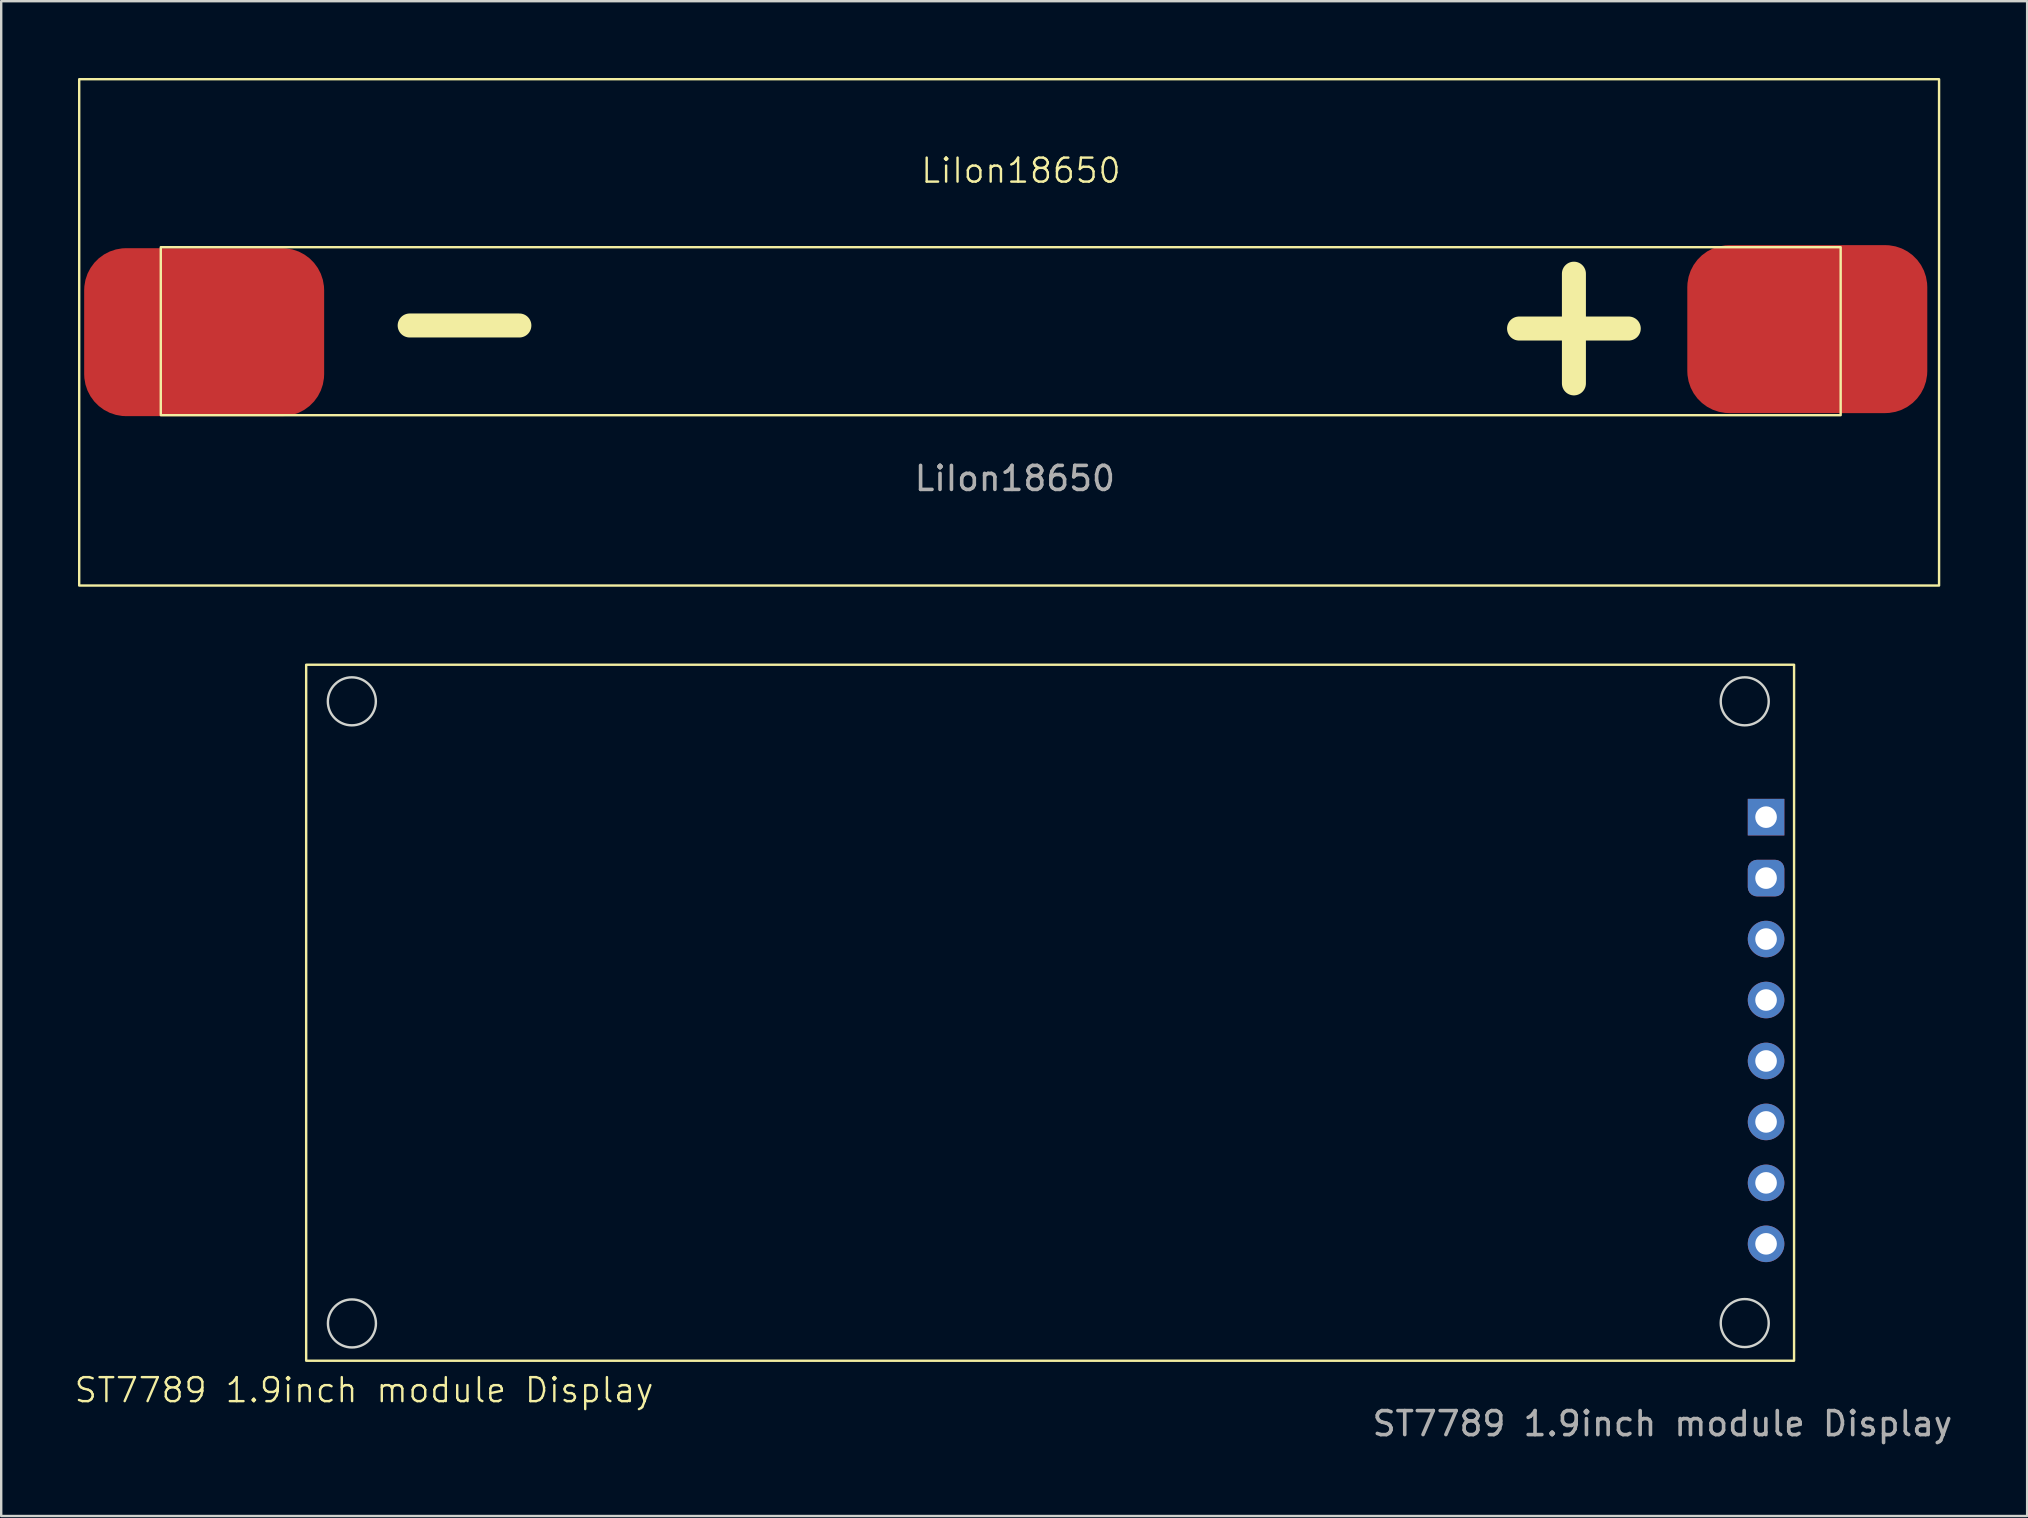
<source format=kicad_pcb>
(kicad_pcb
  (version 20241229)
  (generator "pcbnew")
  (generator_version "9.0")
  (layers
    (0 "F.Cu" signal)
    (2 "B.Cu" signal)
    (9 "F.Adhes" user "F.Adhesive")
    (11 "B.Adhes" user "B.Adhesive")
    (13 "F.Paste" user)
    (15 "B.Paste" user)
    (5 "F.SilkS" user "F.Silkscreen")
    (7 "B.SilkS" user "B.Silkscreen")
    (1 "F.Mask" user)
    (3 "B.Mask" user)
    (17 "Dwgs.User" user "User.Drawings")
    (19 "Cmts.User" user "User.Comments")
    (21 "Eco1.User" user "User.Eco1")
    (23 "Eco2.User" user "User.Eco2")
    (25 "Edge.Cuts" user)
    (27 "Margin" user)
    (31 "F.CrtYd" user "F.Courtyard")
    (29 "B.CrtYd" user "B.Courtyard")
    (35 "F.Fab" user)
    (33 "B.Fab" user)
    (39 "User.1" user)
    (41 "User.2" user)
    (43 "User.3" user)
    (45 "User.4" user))
  (footprint "ST7789 1.9inch module Display"
    (layer "F.Cu")
    (at 9.708 24.65)
    (property "Reference" "ST7789 1.9inch module Display" (at 2.413 30.226 0) (unlocked yes) (layer "F.SilkS") (effects (font (size 1 1) (thickness 0.1))))
    (attr through_hole)
    (fp_rect (start 0 0) (end 62 29) (stroke (width 0.1) (type default)) (fill no) (layer "F.SilkS"))
    (fp_circle (center 1.903 1.524) (end 2.903 1.524) (stroke (width 0.1) (type default)) (fill no) (layer "Edge.Cuts"))
    (fp_circle (center 1.907 27.447) (end 2.907 27.447) (stroke (width 0.1) (type default)) (fill no) (layer "Edge.Cuts"))
    (fp_circle (center 59.944 1.524) (end 60.944 1.524) (stroke (width 0.1) (type default)) (fill no) (layer "Edge.Cuts"))
    (fp_circle (center 59.944 27.432) (end 60.944 27.432) (stroke (width 0.1) (type default)) (fill no) (layer "Edge.Cuts"))
    (fp_text user "${REFERENCE}" (at 56.515 31.623 0) (unlocked yes) (layer "F.Fab") (effects (font (size 1 1) (thickness 0.15))))
    (pad "1" thru_hole rect (at 60.833 6.35) (size 1.524 1.524) (drill 0.9) (layers "*.Cu" "*.Mask"))
    (pad "2" thru_hole roundrect (at 60.833 8.89) (size 1.524 1.524) (drill 0.9) (layers "*.Cu" "*.Mask") (roundrect_rratio 0.25))
    (pad "3" thru_hole circle (at 60.833 11.43) (size 1.524 1.524) (drill 0.9) (layers "*.Cu" "*.Mask"))
    (pad "4" thru_hole circle (at 60.833 13.97) (size 1.524 1.524) (drill 0.9) (layers "*.Cu" "*.Mask"))
    (pad "5" thru_hole circle (at 60.833 16.51) (size 1.524 1.524) (drill 0.9) (layers "*.Cu" "*.Mask"))
    (pad "6" thru_hole circle (at 60.833 19.05) (size 1.524 1.524) (drill 0.9) (layers "*.Cu" "*.Mask"))
    (pad "7" thru_hole circle (at 60.833 21.59) (size 1.524 1.524) (drill 0.9) (layers "*.Cu" "*.Mask"))
    (pad "8" thru_hole circle (at 60.833 24.13) (size 1.524 1.524) (drill 0.9) (layers "*.Cu" "*.Mask")))
  (footprint "LiIon18650"
    (layer "F.Cu")
    (at 0.25 0.25)
    (property "Reference" "LiIon18650" (at 39.243 3.81 0) (unlocked yes) (layer "F.SilkS") (effects (font (size 1 1) (thickness 0.1))))
    (attr smd)
    (fp_rect (start 0 0) (end 77.5 21.1) (stroke (width 0.1) (type default)) (fill no) (layer "F.SilkS"))
    (fp_rect (start 3.4 7) (end 73.4 14) (stroke (width 0.1) (type default)) (fill no) (layer "F.SilkS"))
    (fp_text user "-" (at 11.684 13.335 0) (unlocked yes) (layer "F.SilkS") (effects (font (size 6 6) (thickness 1) (bold yes)) (justify left bottom)))
    (fp_text user "+" (at 57.912 13.462 0) (unlocked yes) (layer "F.SilkS") (effects (font (size 6 6) (thickness 1) (bold yes)) (justify left bottom)))
    (fp_text user "${REFERENCE}" (at 38.989 16.637 0) (unlocked yes) (layer "F.Fab") (effects (font (size 1 1) (thickness 0.15))))
    (pad "1" smd roundrect (at 72.009 10.414) (size 10 7) (layers "F.Cu" "F.Mask" "F.Paste") (roundrect_rratio 0.25))
    (pad "2" smd roundrect (at 5.207 10.541) (size 10 7) (layers "F.Cu" "F.Mask" "F.Paste") (roundrect_rratio 0.25)))
  (gr_rect
    (start -3 -3)
    (end 81.42 60.121)
    (stroke (width 0.1) (type default))
    (fill no)
    (layer "Edge.Cuts")))
</source>
